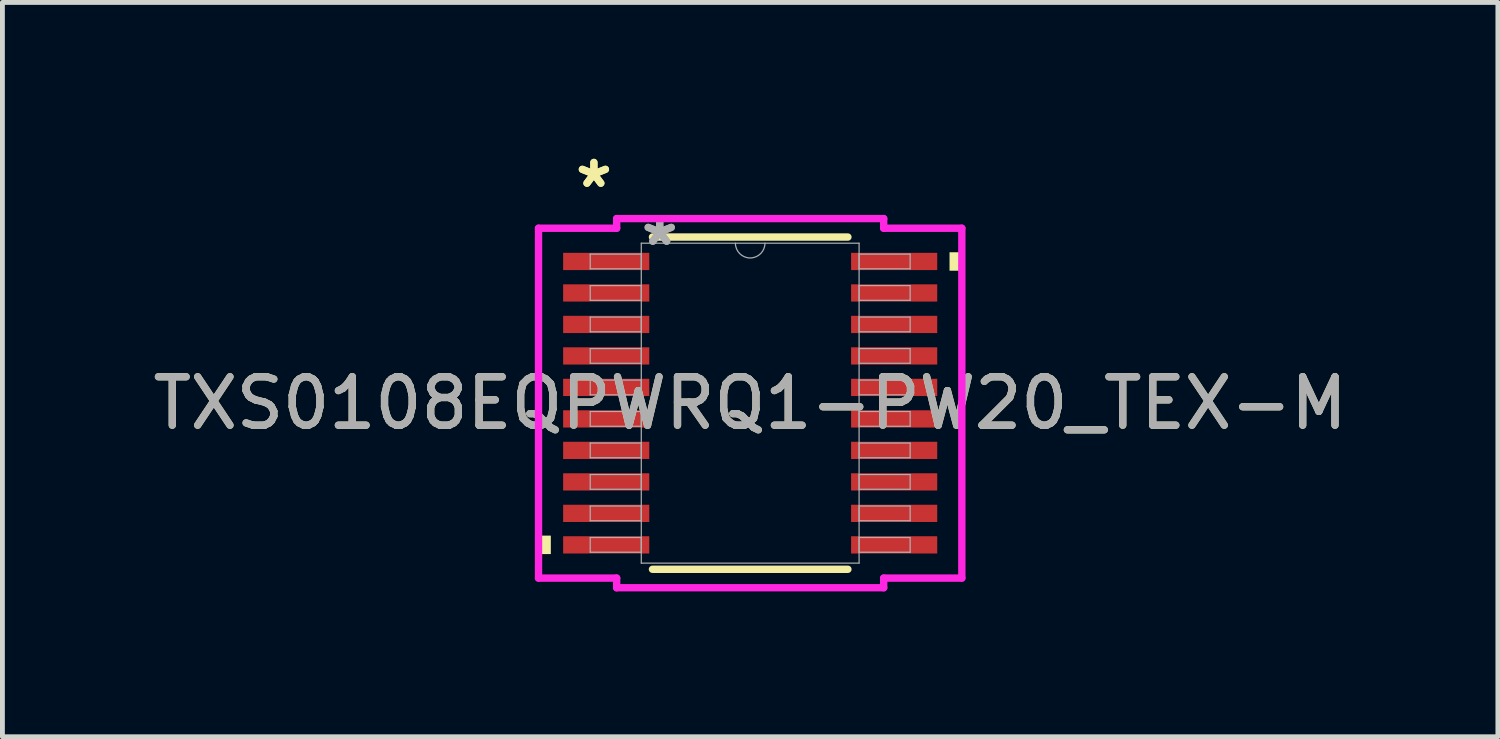
<source format=kicad_pcb>
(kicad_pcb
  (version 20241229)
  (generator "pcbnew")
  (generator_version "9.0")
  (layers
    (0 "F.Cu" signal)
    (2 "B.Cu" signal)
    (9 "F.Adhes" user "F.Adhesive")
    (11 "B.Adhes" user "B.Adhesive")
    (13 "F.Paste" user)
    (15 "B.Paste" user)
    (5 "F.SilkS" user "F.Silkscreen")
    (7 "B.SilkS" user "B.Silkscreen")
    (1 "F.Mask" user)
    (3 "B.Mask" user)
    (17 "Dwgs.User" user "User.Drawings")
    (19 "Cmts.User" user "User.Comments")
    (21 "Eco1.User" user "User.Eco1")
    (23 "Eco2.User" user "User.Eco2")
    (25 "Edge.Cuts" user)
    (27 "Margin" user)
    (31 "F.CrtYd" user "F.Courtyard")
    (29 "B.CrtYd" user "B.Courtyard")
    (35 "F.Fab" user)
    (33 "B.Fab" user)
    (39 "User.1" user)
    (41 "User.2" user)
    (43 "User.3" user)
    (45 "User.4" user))
  (footprint "TXS0108EQPWRQ1-PW20_TEX-M"
    (layer "F.Cu")
    (at 12.435 5.272)
    (property "Reference" "TXS0108EQPWRQ1-PW20_TEX-M" (at 0 0 0) (unlocked yes) (layer "F.SilkS") (effects (font (size 1 1) (thickness 0.15))))
    (attr smd)
    (fp_line (start -2.017 3.429) (end 2.017 3.429) (stroke (width 0.152) (type solid)) (layer "F.SilkS"))
    (fp_line (start 2.017 -3.429) (end -2.017 -3.429) (stroke (width 0.152) (type solid)) (layer "F.SilkS"))
    (fp_poly (pts (xy -4.369 2.734) (xy -4.369 3.115) (xy -4.115 3.115) (xy -4.115 2.734)) (stroke (width 0) (type solid)) (fill yes) (layer "F.SilkS"))
    (fp_poly (pts (xy 4.369 -3.115) (xy 4.369 -2.734) (xy 4.115 -2.734) (xy 4.115 -3.115)) (stroke (width 0) (type solid)) (fill yes) (layer "F.SilkS"))
    (fp_line (start -4.369 -3.611) (end -2.756 -3.611) (stroke (width 0.152) (type solid)) (layer "F.CrtYd"))
    (fp_line (start -4.369 3.611) (end -4.369 -3.611) (stroke (width 0.152) (type solid)) (layer "F.CrtYd"))
    (fp_line (start -4.369 3.611) (end -2.756 3.611) (stroke (width 0.152) (type solid)) (layer "F.CrtYd"))
    (fp_line (start -2.756 -3.81) (end 2.756 -3.81) (stroke (width 0.152) (type solid)) (layer "F.CrtYd"))
    (fp_line (start -2.756 -3.611) (end -2.756 -3.81) (stroke (width 0.152) (type solid)) (layer "F.CrtYd"))
    (fp_line (start -2.756 3.81) (end -2.756 3.611) (stroke (width 0.152) (type solid)) (layer "F.CrtYd"))
    (fp_line (start 2.756 -3.81) (end 2.756 -3.611) (stroke (width 0.152) (type solid)) (layer "F.CrtYd"))
    (fp_line (start 2.756 3.611) (end 2.756 3.81) (stroke (width 0.152) (type solid)) (layer "F.CrtYd"))
    (fp_line (start 2.756 3.81) (end -2.756 3.81) (stroke (width 0.152) (type solid)) (layer "F.CrtYd"))
    (fp_line (start 4.369 -3.611) (end 2.756 -3.611) (stroke (width 0.152) (type solid)) (layer "F.CrtYd"))
    (fp_line (start 4.369 -3.611) (end 4.369 3.611) (stroke (width 0.152) (type solid)) (layer "F.CrtYd"))
    (fp_line (start 4.369 3.611) (end 2.756 3.611) (stroke (width 0.152) (type solid)) (layer "F.CrtYd"))
    (fp_line (start -3.302 -3.077) (end -3.302 -2.773) (stroke (width 0.025) (type solid)) (layer "F.Fab"))
    (fp_line (start -3.302 -2.773) (end -2.248 -2.773) (stroke (width 0.025) (type solid)) (layer "F.Fab"))
    (fp_line (start -3.302 -2.427) (end -3.302 -2.123) (stroke (width 0.025) (type solid)) (layer "F.Fab"))
    (fp_line (start -3.302 -2.123) (end -2.248 -2.123) (stroke (width 0.025) (type solid)) (layer "F.Fab"))
    (fp_line (start -3.302 -1.777) (end -3.302 -1.473) (stroke (width 0.025) (type solid)) (layer "F.Fab"))
    (fp_line (start -3.302 -1.473) (end -2.248 -1.473) (stroke (width 0.025) (type solid)) (layer "F.Fab"))
    (fp_line (start -3.302 -1.127) (end -3.302 -0.823) (stroke (width 0.025) (type solid)) (layer "F.Fab"))
    (fp_line (start -3.302 -0.823) (end -2.248 -0.823) (stroke (width 0.025) (type solid)) (layer "F.Fab"))
    (fp_line (start -3.302 -0.477) (end -3.302 -0.173) (stroke (width 0.025) (type solid)) (layer "F.Fab"))
    (fp_line (start -3.302 -0.173) (end -2.248 -0.173) (stroke (width 0.025) (type solid)) (layer "F.Fab"))
    (fp_line (start -3.302 0.173) (end -3.302 0.477) (stroke (width 0.025) (type solid)) (layer "F.Fab"))
    (fp_line (start -3.302 0.477) (end -2.248 0.477) (stroke (width 0.025) (type solid)) (layer "F.Fab"))
    (fp_line (start -3.302 0.823) (end -3.302 1.127) (stroke (width 0.025) (type solid)) (layer "F.Fab"))
    (fp_line (start -3.302 1.127) (end -2.248 1.127) (stroke (width 0.025) (type solid)) (layer "F.Fab"))
    (fp_line (start -3.302 1.473) (end -3.302 1.777) (stroke (width 0.025) (type solid)) (layer "F.Fab"))
    (fp_line (start -3.302 1.777) (end -2.248 1.777) (stroke (width 0.025) (type solid)) (layer "F.Fab"))
    (fp_line (start -3.302 2.123) (end -3.302 2.427) (stroke (width 0.025) (type solid)) (layer "F.Fab"))
    (fp_line (start -3.302 2.427) (end -2.248 2.427) (stroke (width 0.025) (type solid)) (layer "F.Fab"))
    (fp_line (start -3.302 2.773) (end -3.302 3.077) (stroke (width 0.025) (type solid)) (layer "F.Fab"))
    (fp_line (start -3.302 3.077) (end -2.248 3.077) (stroke (width 0.025) (type solid)) (layer "F.Fab"))
    (fp_line (start -2.248 -3.302) (end -2.248 3.302) (stroke (width 0.025) (type solid)) (layer "F.Fab"))
    (fp_line (start -2.248 -3.077) (end -3.302 -3.077) (stroke (width 0.025) (type solid)) (layer "F.Fab"))
    (fp_line (start -2.248 -2.773) (end -2.248 -3.077) (stroke (width 0.025) (type solid)) (layer "F.Fab"))
    (fp_line (start -2.248 -2.427) (end -3.302 -2.427) (stroke (width 0.025) (type solid)) (layer "F.Fab"))
    (fp_line (start -2.248 -2.123) (end -2.248 -2.427) (stroke (width 0.025) (type solid)) (layer "F.Fab"))
    (fp_line (start -2.248 -1.777) (end -3.302 -1.777) (stroke (width 0.025) (type solid)) (layer "F.Fab"))
    (fp_line (start -2.248 -1.473) (end -2.248 -1.777) (stroke (width 0.025) (type solid)) (layer "F.Fab"))
    (fp_line (start -2.248 -1.127) (end -3.302 -1.127) (stroke (width 0.025) (type solid)) (layer "F.Fab"))
    (fp_line (start -2.248 -0.823) (end -2.248 -1.127) (stroke (width 0.025) (type solid)) (layer "F.Fab"))
    (fp_line (start -2.248 -0.477) (end -3.302 -0.477) (stroke (width 0.025) (type solid)) (layer "F.Fab"))
    (fp_line (start -2.248 -0.173) (end -2.248 -0.477) (stroke (width 0.025) (type solid)) (layer "F.Fab"))
    (fp_line (start -2.248 0.173) (end -3.302 0.173) (stroke (width 0.025) (type solid)) (layer "F.Fab"))
    (fp_line (start -2.248 0.477) (end -2.248 0.173) (stroke (width 0.025) (type solid)) (layer "F.Fab"))
    (fp_line (start -2.248 0.823) (end -3.302 0.823) (stroke (width 0.025) (type solid)) (layer "F.Fab"))
    (fp_line (start -2.248 1.127) (end -2.248 0.823) (stroke (width 0.025) (type solid)) (layer "F.Fab"))
    (fp_line (start -2.248 1.473) (end -3.302 1.473) (stroke (width 0.025) (type solid)) (layer "F.Fab"))
    (fp_line (start -2.248 1.777) (end -2.248 1.473) (stroke (width 0.025) (type solid)) (layer "F.Fab"))
    (fp_line (start -2.248 2.123) (end -3.302 2.123) (stroke (width 0.025) (type solid)) (layer "F.Fab"))
    (fp_line (start -2.248 2.427) (end -2.248 2.123) (stroke (width 0.025) (type solid)) (layer "F.Fab"))
    (fp_line (start -2.248 2.773) (end -3.302 2.773) (stroke (width 0.025) (type solid)) (layer "F.Fab"))
    (fp_line (start -2.248 3.077) (end -2.248 2.773) (stroke (width 0.025) (type solid)) (layer "F.Fab"))
    (fp_line (start -2.248 3.302) (end 2.248 3.302) (stroke (width 0.025) (type solid)) (layer "F.Fab"))
    (fp_line (start 2.248 -3.302) (end -2.248 -3.302) (stroke (width 0.025) (type solid)) (layer "F.Fab"))
    (fp_line (start 2.248 -3.077) (end 2.248 -2.773) (stroke (width 0.025) (type solid)) (layer "F.Fab"))
    (fp_line (start 2.248 -2.773) (end 3.302 -2.773) (stroke (width 0.025) (type solid)) (layer "F.Fab"))
    (fp_line (start 2.248 -2.427) (end 2.248 -2.123) (stroke (width 0.025) (type solid)) (layer "F.Fab"))
    (fp_line (start 2.248 -2.123) (end 3.302 -2.123) (stroke (width 0.025) (type solid)) (layer "F.Fab"))
    (fp_line (start 2.248 -1.777) (end 2.248 -1.473) (stroke (width 0.025) (type solid)) (layer "F.Fab"))
    (fp_line (start 2.248 -1.473) (end 3.302 -1.473) (stroke (width 0.025) (type solid)) (layer "F.Fab"))
    (fp_line (start 2.248 -1.127) (end 2.248 -0.823) (stroke (width 0.025) (type solid)) (layer "F.Fab"))
    (fp_line (start 2.248 -0.823) (end 3.302 -0.823) (stroke (width 0.025) (type solid)) (layer "F.Fab"))
    (fp_line (start 2.248 -0.477) (end 2.248 -0.173) (stroke (width 0.025) (type solid)) (layer "F.Fab"))
    (fp_line (start 2.248 -0.173) (end 3.302 -0.173) (stroke (width 0.025) (type solid)) (layer "F.Fab"))
    (fp_line (start 2.248 0.173) (end 2.248 0.477) (stroke (width 0.025) (type solid)) (layer "F.Fab"))
    (fp_line (start 2.248 0.477) (end 3.302 0.477) (stroke (width 0.025) (type solid)) (layer "F.Fab"))
    (fp_line (start 2.248 0.823) (end 2.248 1.127) (stroke (width 0.025) (type solid)) (layer "F.Fab"))
    (fp_line (start 2.248 1.127) (end 3.302 1.127) (stroke (width 0.025) (type solid)) (layer "F.Fab"))
    (fp_line (start 2.248 1.473) (end 2.248 1.777) (stroke (width 0.025) (type solid)) (layer "F.Fab"))
    (fp_line (start 2.248 1.777) (end 3.302 1.777) (stroke (width 0.025) (type solid)) (layer "F.Fab"))
    (fp_line (start 2.248 2.123) (end 2.248 2.427) (stroke (width 0.025) (type solid)) (layer "F.Fab"))
    (fp_line (start 2.248 2.427) (end 3.302 2.427) (stroke (width 0.025) (type solid)) (layer "F.Fab"))
    (fp_line (start 2.248 2.773) (end 2.248 3.077) (stroke (width 0.025) (type solid)) (layer "F.Fab"))
    (fp_line (start 2.248 3.077) (end 3.302 3.077) (stroke (width 0.025) (type solid)) (layer "F.Fab"))
    (fp_line (start 2.248 3.302) (end 2.248 -3.302) (stroke (width 0.025) (type solid)) (layer "F.Fab"))
    (fp_line (start 3.302 -3.077) (end 2.248 -3.077) (stroke (width 0.025) (type solid)) (layer "F.Fab"))
    (fp_line (start 3.302 -2.773) (end 3.302 -3.077) (stroke (width 0.025) (type solid)) (layer "F.Fab"))
    (fp_line (start 3.302 -2.427) (end 2.248 -2.427) (stroke (width 0.025) (type solid)) (layer "F.Fab"))
    (fp_line (start 3.302 -2.123) (end 3.302 -2.427) (stroke (width 0.025) (type solid)) (layer "F.Fab"))
    (fp_line (start 3.302 -1.777) (end 2.248 -1.777) (stroke (width 0.025) (type solid)) (layer "F.Fab"))
    (fp_line (start 3.302 -1.473) (end 3.302 -1.777) (stroke (width 0.025) (type solid)) (layer "F.Fab"))
    (fp_line (start 3.302 -1.127) (end 2.248 -1.127) (stroke (width 0.025) (type solid)) (layer "F.Fab"))
    (fp_line (start 3.302 -0.823) (end 3.302 -1.127) (stroke (width 0.025) (type solid)) (layer "F.Fab"))
    (fp_line (start 3.302 -0.477) (end 2.248 -0.477) (stroke (width 0.025) (type solid)) (layer "F.Fab"))
    (fp_line (start 3.302 -0.173) (end 3.302 -0.477) (stroke (width 0.025) (type solid)) (layer "F.Fab"))
    (fp_line (start 3.302 0.173) (end 2.248 0.173) (stroke (width 0.025) (type solid)) (layer "F.Fab"))
    (fp_line (start 3.302 0.477) (end 3.302 0.173) (stroke (width 0.025) (type solid)) (layer "F.Fab"))
    (fp_line (start 3.302 0.823) (end 2.248 0.823) (stroke (width 0.025) (type solid)) (layer "F.Fab"))
    (fp_line (start 3.302 1.127) (end 3.302 0.823) (stroke (width 0.025) (type solid)) (layer "F.Fab"))
    (fp_line (start 3.302 1.473) (end 2.248 1.473) (stroke (width 0.025) (type solid)) (layer "F.Fab"))
    (fp_line (start 3.302 1.777) (end 3.302 1.473) (stroke (width 0.025) (type solid)) (layer "F.Fab"))
    (fp_line (start 3.302 2.123) (end 2.248 2.123) (stroke (width 0.025) (type solid)) (layer "F.Fab"))
    (fp_line (start 3.302 2.427) (end 3.302 2.123) (stroke (width 0.025) (type solid)) (layer "F.Fab"))
    (fp_line (start 3.302 2.773) (end 2.248 2.773) (stroke (width 0.025) (type solid)) (layer "F.Fab"))
    (fp_line (start 3.302 3.077) (end 3.302 2.773) (stroke (width 0.025) (type solid)) (layer "F.Fab"))
    (fp_arc (start 0.3048 -3.302) (mid 0 -2.9972) (end -0.3048 -3.302) (stroke (width 0.0254) (type solid)) (layer "F.Fab"))
    (fp_text user "*" (at -3.226 -4.424 0) (layer "F.SilkS") (effects (font (size 1 1) (thickness 0.15))))
    (fp_text user "*" (at -3.226 -4.424 0) (unlocked yes) (layer "F.SilkS") (effects (font (size 1 1) (thickness 0.15))))
    (fp_text user "*" (at -1.867 -3.226 0) (layer "F.Fab") (effects (font (size 1 1) (thickness 0.15))))
    (fp_text user "${REFERENCE}" (at 0 0 0) (unlocked yes) (layer "F.Fab") (effects (font (size 1 1) (thickness 0.15))))
    (fp_text user "*" (at -1.867 -3.226 0) (unlocked yes) (layer "F.Fab") (effects (font (size 1 1) (thickness 0.15))))
    (pad "1" smd rect (at -2.972 -2.925) (size 1.778 0.356) (layers "F.Cu" "F.Mask" "F.Paste"))
    (pad "2" smd rect (at -2.972 -2.275) (size 1.778 0.356) (layers "F.Cu" "F.Mask" "F.Paste"))
    (pad "3" smd rect (at -2.972 -1.625) (size 1.778 0.356) (layers "F.Cu" "F.Mask" "F.Paste"))
    (pad "4" smd rect (at -2.972 -0.975) (size 1.778 0.356) (layers "F.Cu" "F.Mask" "F.Paste"))
    (pad "5" smd rect (at -2.972 -0.325) (size 1.778 0.356) (layers "F.Cu" "F.Mask" "F.Paste"))
    (pad "6" smd rect (at -2.972 0.325) (size 1.778 0.356) (layers "F.Cu" "F.Mask" "F.Paste"))
    (pad "7" smd rect (at -2.972 0.975) (size 1.778 0.356) (layers "F.Cu" "F.Mask" "F.Paste"))
    (pad "8" smd rect (at -2.972 1.625) (size 1.778 0.356) (layers "F.Cu" "F.Mask" "F.Paste"))
    (pad "9" smd rect (at -2.972 2.275) (size 1.778 0.356) (layers "F.Cu" "F.Mask" "F.Paste"))
    (pad "10" smd rect (at -2.972 2.925) (size 1.778 0.356) (layers "F.Cu" "F.Mask" "F.Paste"))
    (pad "11" smd rect (at 2.972 2.925) (size 1.778 0.356) (layers "F.Cu" "F.Mask" "F.Paste"))
    (pad "12" smd rect (at 2.972 2.275) (size 1.778 0.356) (layers "F.Cu" "F.Mask" "F.Paste"))
    (pad "13" smd rect (at 2.972 1.625) (size 1.778 0.356) (layers "F.Cu" "F.Mask" "F.Paste"))
    (pad "14" smd rect (at 2.972 0.975) (size 1.778 0.356) (layers "F.Cu" "F.Mask" "F.Paste"))
    (pad "15" smd rect (at 2.972 0.325) (size 1.778 0.356) (layers "F.Cu" "F.Mask" "F.Paste"))
    (pad "16" smd rect (at 2.972 -0.325) (size 1.778 0.356) (layers "F.Cu" "F.Mask" "F.Paste"))
    (pad "17" smd rect (at 2.972 -0.975) (size 1.778 0.356) (layers "F.Cu" "F.Mask" "F.Paste"))
    (pad "18" smd rect (at 2.972 -1.625) (size 1.778 0.356) (layers "F.Cu" "F.Mask" "F.Paste"))
    (pad "19" smd rect (at 2.972 -2.275) (size 1.778 0.356) (layers "F.Cu" "F.Mask" "F.Paste"))
    (pad "20" smd rect (at 2.972 -2.925) (size 1.778 0.356) (layers "F.Cu" "F.Mask" "F.Paste")))
  (gr_rect
    (start -3 -3)
    (end 27.869 12.158)
    (stroke (width 0.1) (type default))
    (fill no)
    (layer "Edge.Cuts")))
</source>
